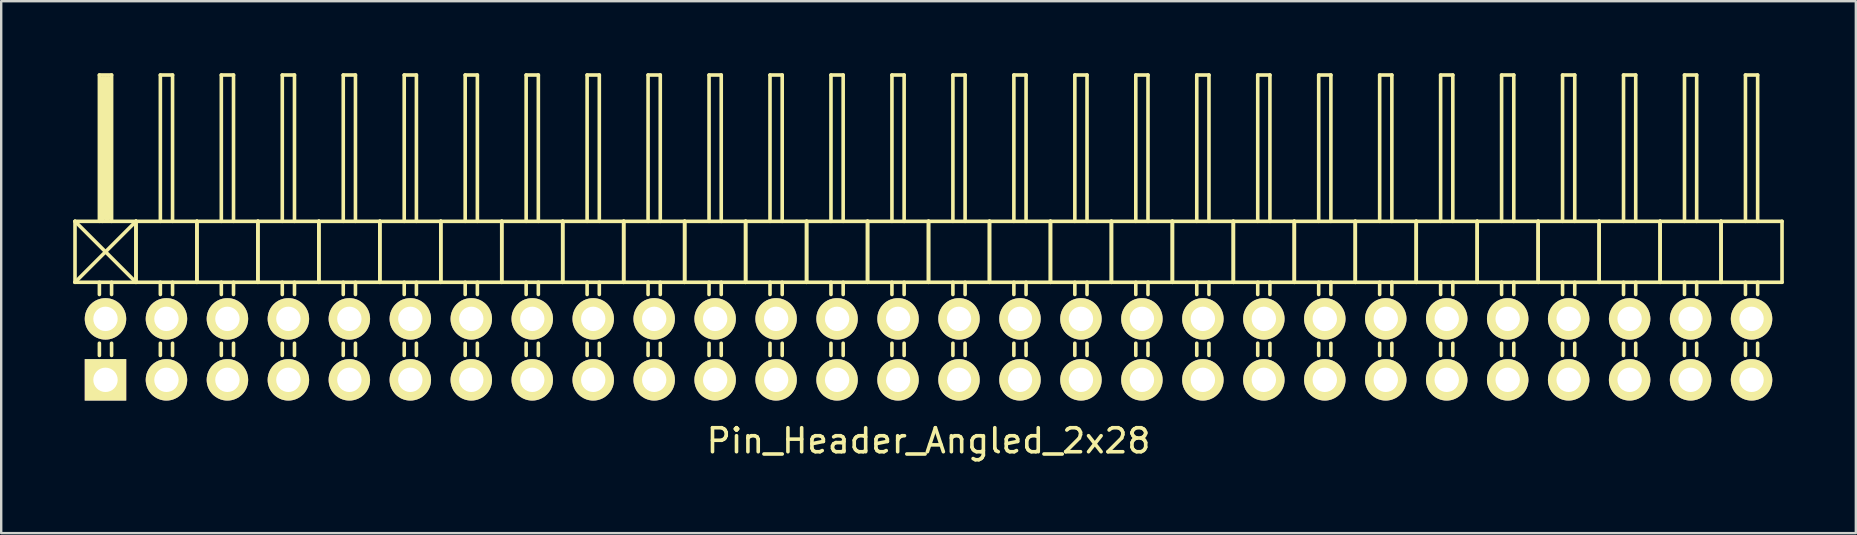
<source format=kicad_pcb>
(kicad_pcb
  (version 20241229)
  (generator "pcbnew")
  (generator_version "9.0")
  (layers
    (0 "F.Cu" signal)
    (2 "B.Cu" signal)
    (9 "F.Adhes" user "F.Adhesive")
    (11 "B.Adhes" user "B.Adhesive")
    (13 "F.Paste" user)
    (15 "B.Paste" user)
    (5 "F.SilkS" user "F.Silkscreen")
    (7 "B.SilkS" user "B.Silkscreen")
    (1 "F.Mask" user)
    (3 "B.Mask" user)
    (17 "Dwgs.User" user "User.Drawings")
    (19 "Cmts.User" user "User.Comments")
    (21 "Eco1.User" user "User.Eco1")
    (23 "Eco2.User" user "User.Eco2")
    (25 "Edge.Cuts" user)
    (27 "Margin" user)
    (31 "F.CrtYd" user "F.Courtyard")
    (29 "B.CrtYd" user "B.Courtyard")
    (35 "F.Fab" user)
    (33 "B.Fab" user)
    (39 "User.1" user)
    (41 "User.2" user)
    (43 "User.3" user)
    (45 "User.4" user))
  (footprint "Pin_Header_Angled_2x28"
    (layer "F.Cu")
    (at 35.635 11.505)
    (property "Reference" "Pin_Header_Angled_2x28" (at 0 3.81 0) (layer "F.SilkS") (effects (font (size 1 1) (thickness 0.15))))
    (attr through_hole)
    (fp_line (start -35.56 -5.334) (end -33.02 -2.794) (stroke (width 0.15) (type solid)) (layer "F.SilkS"))
    (fp_line (start -35.56 -2.794) (end -35.56 -5.334) (stroke (width 0.15) (type solid)) (layer "F.SilkS"))
    (fp_line (start -35.56 -2.794) (end -33.02 -5.334) (stroke (width 0.15) (type solid)) (layer "F.SilkS"))
    (fp_line (start -35.56 -2.794) (end -33.02 -2.794) (stroke (width 0.15) (type solid)) (layer "F.SilkS"))
    (fp_line (start -34.544 -11.43) (end -34.036 -11.43) (stroke (width 0.15) (type solid)) (layer "F.SilkS"))
    (fp_line (start -34.544 -5.334) (end -34.544 -11.43) (stroke (width 0.15) (type solid)) (layer "F.SilkS"))
    (fp_line (start -34.544 -2.794) (end -34.544 -2.286) (stroke (width 0.15) (type solid)) (layer "F.SilkS"))
    (fp_line (start -34.544 -0.254) (end -34.544 0.254) (stroke (width 0.15) (type solid)) (layer "F.SilkS"))
    (fp_line (start -34.417 -11.303) (end -34.163 -11.303) (stroke (width 0.15) (type solid)) (layer "F.SilkS"))
    (fp_line (start -34.417 -5.334) (end -34.417 -11.303) (stroke (width 0.15) (type solid)) (layer "F.SilkS"))
    (fp_line (start -34.29 -5.461) (end -34.29 -11.303) (stroke (width 0.15) (type solid)) (layer "F.SilkS"))
    (fp_line (start -34.163 -11.303) (end -34.163 -5.461) (stroke (width 0.15) (type solid)) (layer "F.SilkS"))
    (fp_line (start -34.163 -5.461) (end -34.29 -5.461) (stroke (width 0.15) (type solid)) (layer "F.SilkS"))
    (fp_line (start -34.036 -11.43) (end -34.036 -5.334) (stroke (width 0.15) (type solid)) (layer "F.SilkS"))
    (fp_line (start -34.036 -2.794) (end -34.036 -2.286) (stroke (width 0.15) (type solid)) (layer "F.SilkS"))
    (fp_line (start -34.036 -0.254) (end -34.036 0.254) (stroke (width 0.15) (type solid)) (layer "F.SilkS"))
    (fp_line (start -33.02 -5.334) (end -35.56 -5.334) (stroke (width 0.15) (type solid)) (layer "F.SilkS"))
    (fp_line (start -33.02 -2.794) (end -33.02 -5.334) (stroke (width 0.15) (type solid)) (layer "F.SilkS"))
    (fp_line (start -33.02 -2.794) (end -33.02 -5.334) (stroke (width 0.15) (type solid)) (layer "F.SilkS"))
    (fp_line (start -33.02 -2.794) (end -30.48 -2.794) (stroke (width 0.15) (type solid)) (layer "F.SilkS"))
    (fp_line (start -32.004 -11.43) (end -31.496 -11.43) (stroke (width 0.15) (type solid)) (layer "F.SilkS"))
    (fp_line (start -32.004 -5.334) (end -32.004 -11.43) (stroke (width 0.15) (type solid)) (layer "F.SilkS"))
    (fp_line (start -32.004 -2.794) (end -32.004 -2.286) (stroke (width 0.15) (type solid)) (layer "F.SilkS"))
    (fp_line (start -32.004 -0.254) (end -32.004 0.254) (stroke (width 0.15) (type solid)) (layer "F.SilkS"))
    (fp_line (start -31.496 -11.43) (end -31.496 -5.334) (stroke (width 0.15) (type solid)) (layer "F.SilkS"))
    (fp_line (start -31.496 -2.794) (end -31.496 -2.286) (stroke (width 0.15) (type solid)) (layer "F.SilkS"))
    (fp_line (start -31.496 -0.254) (end -31.496 0.254) (stroke (width 0.15) (type solid)) (layer "F.SilkS"))
    (fp_line (start -30.48 -5.334) (end -33.02 -5.334) (stroke (width 0.15) (type solid)) (layer "F.SilkS"))
    (fp_line (start -30.48 -2.794) (end -30.48 -5.334) (stroke (width 0.15) (type solid)) (layer "F.SilkS"))
    (fp_line (start -30.48 -2.794) (end -30.48 -5.334) (stroke (width 0.15) (type solid)) (layer "F.SilkS"))
    (fp_line (start -30.48 -2.794) (end -27.94 -2.794) (stroke (width 0.15) (type solid)) (layer "F.SilkS"))
    (fp_line (start -29.464 -11.43) (end -28.956 -11.43) (stroke (width 0.15) (type solid)) (layer "F.SilkS"))
    (fp_line (start -29.464 -5.334) (end -29.464 -11.43) (stroke (width 0.15) (type solid)) (layer "F.SilkS"))
    (fp_line (start -29.464 -2.794) (end -29.464 -2.286) (stroke (width 0.15) (type solid)) (layer "F.SilkS"))
    (fp_line (start -29.464 -0.254) (end -29.464 0.254) (stroke (width 0.15) (type solid)) (layer "F.SilkS"))
    (fp_line (start -28.956 -11.43) (end -28.956 -5.334) (stroke (width 0.15) (type solid)) (layer "F.SilkS"))
    (fp_line (start -28.956 -2.794) (end -28.956 -2.286) (stroke (width 0.15) (type solid)) (layer "F.SilkS"))
    (fp_line (start -28.956 -0.254) (end -28.956 0.254) (stroke (width 0.15) (type solid)) (layer "F.SilkS"))
    (fp_line (start -27.94 -5.334) (end -30.48 -5.334) (stroke (width 0.15) (type solid)) (layer "F.SilkS"))
    (fp_line (start -27.94 -2.794) (end -27.94 -5.334) (stroke (width 0.15) (type solid)) (layer "F.SilkS"))
    (fp_line (start -27.94 -2.794) (end -27.94 -5.334) (stroke (width 0.15) (type solid)) (layer "F.SilkS"))
    (fp_line (start -27.94 -2.794) (end -25.4 -2.794) (stroke (width 0.15) (type solid)) (layer "F.SilkS"))
    (fp_line (start -26.924 -11.43) (end -26.416 -11.43) (stroke (width 0.15) (type solid)) (layer "F.SilkS"))
    (fp_line (start -26.924 -5.334) (end -26.924 -11.43) (stroke (width 0.15) (type solid)) (layer "F.SilkS"))
    (fp_line (start -26.924 -2.794) (end -26.924 -2.286) (stroke (width 0.15) (type solid)) (layer "F.SilkS"))
    (fp_line (start -26.924 -0.254) (end -26.924 0.254) (stroke (width 0.15) (type solid)) (layer "F.SilkS"))
    (fp_line (start -26.416 -11.43) (end -26.416 -5.334) (stroke (width 0.15) (type solid)) (layer "F.SilkS"))
    (fp_line (start -26.416 -2.794) (end -26.416 -2.286) (stroke (width 0.15) (type solid)) (layer "F.SilkS"))
    (fp_line (start -26.416 -0.254) (end -26.416 0.254) (stroke (width 0.15) (type solid)) (layer "F.SilkS"))
    (fp_line (start -25.4 -5.334) (end -27.94 -5.334) (stroke (width 0.15) (type solid)) (layer "F.SilkS"))
    (fp_line (start -25.4 -2.794) (end -25.4 -5.334) (stroke (width 0.15) (type solid)) (layer "F.SilkS"))
    (fp_line (start -25.4 -2.794) (end -25.4 -5.334) (stroke (width 0.15) (type solid)) (layer "F.SilkS"))
    (fp_line (start -25.4 -2.794) (end -22.86 -2.794) (stroke (width 0.15) (type solid)) (layer "F.SilkS"))
    (fp_line (start -24.384 -11.43) (end -23.876 -11.43) (stroke (width 0.15) (type solid)) (layer "F.SilkS"))
    (fp_line (start -24.384 -5.334) (end -24.384 -11.43) (stroke (width 0.15) (type solid)) (layer "F.SilkS"))
    (fp_line (start -24.384 -2.794) (end -24.384 -2.286) (stroke (width 0.15) (type solid)) (layer "F.SilkS"))
    (fp_line (start -24.384 -0.254) (end -24.384 0.254) (stroke (width 0.15) (type solid)) (layer "F.SilkS"))
    (fp_line (start -23.876 -11.43) (end -23.876 -5.334) (stroke (width 0.15) (type solid)) (layer "F.SilkS"))
    (fp_line (start -23.876 -2.794) (end -23.876 -2.286) (stroke (width 0.15) (type solid)) (layer "F.SilkS"))
    (fp_line (start -23.876 -0.254) (end -23.876 0.254) (stroke (width 0.15) (type solid)) (layer "F.SilkS"))
    (fp_line (start -22.86 -5.334) (end -25.4 -5.334) (stroke (width 0.15) (type solid)) (layer "F.SilkS"))
    (fp_line (start -22.86 -2.794) (end -22.86 -5.334) (stroke (width 0.15) (type solid)) (layer "F.SilkS"))
    (fp_line (start -22.86 -2.794) (end -22.86 -5.334) (stroke (width 0.15) (type solid)) (layer "F.SilkS"))
    (fp_line (start -22.86 -2.794) (end -20.32 -2.794) (stroke (width 0.15) (type solid)) (layer "F.SilkS"))
    (fp_line (start -21.844 -11.43) (end -21.336 -11.43) (stroke (width 0.15) (type solid)) (layer "F.SilkS"))
    (fp_line (start -21.844 -5.334) (end -21.844 -11.43) (stroke (width 0.15) (type solid)) (layer "F.SilkS"))
    (fp_line (start -21.844 -2.794) (end -21.844 -2.286) (stroke (width 0.15) (type solid)) (layer "F.SilkS"))
    (fp_line (start -21.844 -0.254) (end -21.844 0.254) (stroke (width 0.15) (type solid)) (layer "F.SilkS"))
    (fp_line (start -21.336 -11.43) (end -21.336 -5.334) (stroke (width 0.15) (type solid)) (layer "F.SilkS"))
    (fp_line (start -21.336 -2.794) (end -21.336 -2.286) (stroke (width 0.15) (type solid)) (layer "F.SilkS"))
    (fp_line (start -21.336 -0.254) (end -21.336 0.254) (stroke (width 0.15) (type solid)) (layer "F.SilkS"))
    (fp_line (start -20.32 -5.334) (end -22.86 -5.334) (stroke (width 0.15) (type solid)) (layer "F.SilkS"))
    (fp_line (start -20.32 -2.794) (end -20.32 -5.334) (stroke (width 0.15) (type solid)) (layer "F.SilkS"))
    (fp_line (start -20.32 -2.794) (end -20.32 -5.334) (stroke (width 0.15) (type solid)) (layer "F.SilkS"))
    (fp_line (start -20.32 -2.794) (end -17.78 -2.794) (stroke (width 0.15) (type solid)) (layer "F.SilkS"))
    (fp_line (start -19.304 -11.43) (end -18.796 -11.43) (stroke (width 0.15) (type solid)) (layer "F.SilkS"))
    (fp_line (start -19.304 -5.334) (end -19.304 -11.43) (stroke (width 0.15) (type solid)) (layer "F.SilkS"))
    (fp_line (start -19.304 -2.794) (end -19.304 -2.286) (stroke (width 0.15) (type solid)) (layer "F.SilkS"))
    (fp_line (start -19.304 -0.254) (end -19.304 0.254) (stroke (width 0.15) (type solid)) (layer "F.SilkS"))
    (fp_line (start -18.796 -11.43) (end -18.796 -5.334) (stroke (width 0.15) (type solid)) (layer "F.SilkS"))
    (fp_line (start -18.796 -2.794) (end -18.796 -2.286) (stroke (width 0.15) (type solid)) (layer "F.SilkS"))
    (fp_line (start -18.796 -0.254) (end -18.796 0.254) (stroke (width 0.15) (type solid)) (layer "F.SilkS"))
    (fp_line (start -17.78 -5.334) (end -20.32 -5.334) (stroke (width 0.15) (type solid)) (layer "F.SilkS"))
    (fp_line (start -17.78 -2.794) (end -17.78 -5.334) (stroke (width 0.15) (type solid)) (layer "F.SilkS"))
    (fp_line (start -17.78 -2.794) (end -17.78 -5.334) (stroke (width 0.15) (type solid)) (layer "F.SilkS"))
    (fp_line (start -17.78 -2.794) (end -15.24 -2.794) (stroke (width 0.15) (type solid)) (layer "F.SilkS"))
    (fp_line (start -16.764 -11.43) (end -16.256 -11.43) (stroke (width 0.15) (type solid)) (layer "F.SilkS"))
    (fp_line (start -16.764 -5.334) (end -16.764 -11.43) (stroke (width 0.15) (type solid)) (layer "F.SilkS"))
    (fp_line (start -16.764 -2.794) (end -16.764 -2.286) (stroke (width 0.15) (type solid)) (layer "F.SilkS"))
    (fp_line (start -16.764 -0.254) (end -16.764 0.254) (stroke (width 0.15) (type solid)) (layer "F.SilkS"))
    (fp_line (start -16.256 -11.43) (end -16.256 -5.334) (stroke (width 0.15) (type solid)) (layer "F.SilkS"))
    (fp_line (start -16.256 -2.794) (end -16.256 -2.286) (stroke (width 0.15) (type solid)) (layer "F.SilkS"))
    (fp_line (start -16.256 -0.254) (end -16.256 0.254) (stroke (width 0.15) (type solid)) (layer "F.SilkS"))
    (fp_line (start -15.24 -5.334) (end -17.78 -5.334) (stroke (width 0.15) (type solid)) (layer "F.SilkS"))
    (fp_line (start -15.24 -2.794) (end -15.24 -5.334) (stroke (width 0.15) (type solid)) (layer "F.SilkS"))
    (fp_line (start -15.24 -2.794) (end -15.24 -5.334) (stroke (width 0.15) (type solid)) (layer "F.SilkS"))
    (fp_line (start -15.24 -2.794) (end -12.7 -2.794) (stroke (width 0.15) (type solid)) (layer "F.SilkS"))
    (fp_line (start -14.224 -11.43) (end -13.716 -11.43) (stroke (width 0.15) (type solid)) (layer "F.SilkS"))
    (fp_line (start -14.224 -5.334) (end -14.224 -11.43) (stroke (width 0.15) (type solid)) (layer "F.SilkS"))
    (fp_line (start -14.224 -2.794) (end -14.224 -2.286) (stroke (width 0.15) (type solid)) (layer "F.SilkS"))
    (fp_line (start -14.224 -0.254) (end -14.224 0.254) (stroke (width 0.15) (type solid)) (layer "F.SilkS"))
    (fp_line (start -13.716 -11.43) (end -13.716 -5.334) (stroke (width 0.15) (type solid)) (layer "F.SilkS"))
    (fp_line (start -13.716 -2.794) (end -13.716 -2.286) (stroke (width 0.15) (type solid)) (layer "F.SilkS"))
    (fp_line (start -13.716 -0.254) (end -13.716 0.254) (stroke (width 0.15) (type solid)) (layer "F.SilkS"))
    (fp_line (start -12.7 -5.334) (end -15.24 -5.334) (stroke (width 0.15) (type solid)) (layer "F.SilkS"))
    (fp_line (start -12.7 -2.794) (end -12.7 -5.334) (stroke (width 0.15) (type solid)) (layer "F.SilkS"))
    (fp_line (start -12.7 -2.794) (end -12.7 -5.334) (stroke (width 0.15) (type solid)) (layer "F.SilkS"))
    (fp_line (start -12.7 -2.794) (end -10.16 -2.794) (stroke (width 0.15) (type solid)) (layer "F.SilkS"))
    (fp_line (start -11.684 -11.43) (end -11.176 -11.43) (stroke (width 0.15) (type solid)) (layer "F.SilkS"))
    (fp_line (start -11.684 -5.334) (end -11.684 -11.43) (stroke (width 0.15) (type solid)) (layer "F.SilkS"))
    (fp_line (start -11.684 -2.794) (end -11.684 -2.286) (stroke (width 0.15) (type solid)) (layer "F.SilkS"))
    (fp_line (start -11.684 -0.254) (end -11.684 0.254) (stroke (width 0.15) (type solid)) (layer "F.SilkS"))
    (fp_line (start -11.176 -11.43) (end -11.176 -5.334) (stroke (width 0.15) (type solid)) (layer "F.SilkS"))
    (fp_line (start -11.176 -2.794) (end -11.176 -2.286) (stroke (width 0.15) (type solid)) (layer "F.SilkS"))
    (fp_line (start -11.176 -0.254) (end -11.176 0.254) (stroke (width 0.15) (type solid)) (layer "F.SilkS"))
    (fp_line (start -10.16 -5.334) (end -12.7 -5.334) (stroke (width 0.15) (type solid)) (layer "F.SilkS"))
    (fp_line (start -10.16 -2.794) (end -10.16 -5.334) (stroke (width 0.15) (type solid)) (layer "F.SilkS"))
    (fp_line (start -10.16 -2.794) (end -10.16 -5.334) (stroke (width 0.15) (type solid)) (layer "F.SilkS"))
    (fp_line (start -10.16 -2.794) (end -7.62 -2.794) (stroke (width 0.15) (type solid)) (layer "F.SilkS"))
    (fp_line (start -9.144 -11.43) (end -8.636 -11.43) (stroke (width 0.15) (type solid)) (layer "F.SilkS"))
    (fp_line (start -9.144 -5.334) (end -9.144 -11.43) (stroke (width 0.15) (type solid)) (layer "F.SilkS"))
    (fp_line (start -9.144 -2.794) (end -9.144 -2.286) (stroke (width 0.15) (type solid)) (layer "F.SilkS"))
    (fp_line (start -9.144 -0.254) (end -9.144 0.254) (stroke (width 0.15) (type solid)) (layer "F.SilkS"))
    (fp_line (start -8.636 -11.43) (end -8.636 -5.334) (stroke (width 0.15) (type solid)) (layer "F.SilkS"))
    (fp_line (start -8.636 -2.794) (end -8.636 -2.286) (stroke (width 0.15) (type solid)) (layer "F.SilkS"))
    (fp_line (start -8.636 -0.254) (end -8.636 0.254) (stroke (width 0.15) (type solid)) (layer "F.SilkS"))
    (fp_line (start -7.62 -5.334) (end -10.16 -5.334) (stroke (width 0.15) (type solid)) (layer "F.SilkS"))
    (fp_line (start -7.62 -2.794) (end -7.62 -5.334) (stroke (width 0.15) (type solid)) (layer "F.SilkS"))
    (fp_line (start -7.62 -2.794) (end -7.62 -5.334) (stroke (width 0.15) (type solid)) (layer "F.SilkS"))
    (fp_line (start -7.62 -2.794) (end -5.08 -2.794) (stroke (width 0.15) (type solid)) (layer "F.SilkS"))
    (fp_line (start -6.604 -11.43) (end -6.096 -11.43) (stroke (width 0.15) (type solid)) (layer "F.SilkS"))
    (fp_line (start -6.604 -5.334) (end -6.604 -11.43) (stroke (width 0.15) (type solid)) (layer "F.SilkS"))
    (fp_line (start -6.604 -2.794) (end -6.604 -2.286) (stroke (width 0.15) (type solid)) (layer "F.SilkS"))
    (fp_line (start -6.604 -0.254) (end -6.604 0.254) (stroke (width 0.15) (type solid)) (layer "F.SilkS"))
    (fp_line (start -6.096 -11.43) (end -6.096 -5.334) (stroke (width 0.15) (type solid)) (layer "F.SilkS"))
    (fp_line (start -6.096 -2.794) (end -6.096 -2.286) (stroke (width 0.15) (type solid)) (layer "F.SilkS"))
    (fp_line (start -6.096 -0.254) (end -6.096 0.254) (stroke (width 0.15) (type solid)) (layer "F.SilkS"))
    (fp_line (start -5.08 -5.334) (end -7.62 -5.334) (stroke (width 0.15) (type solid)) (layer "F.SilkS"))
    (fp_line (start -5.08 -2.794) (end -5.08 -5.334) (stroke (width 0.15) (type solid)) (layer "F.SilkS"))
    (fp_line (start -5.08 -2.794) (end -5.08 -5.334) (stroke (width 0.15) (type solid)) (layer "F.SilkS"))
    (fp_line (start -5.08 -2.794) (end -2.54 -2.794) (stroke (width 0.15) (type solid)) (layer "F.SilkS"))
    (fp_line (start -4.064 -11.43) (end -3.556 -11.43) (stroke (width 0.15) (type solid)) (layer "F.SilkS"))
    (fp_line (start -4.064 -5.334) (end -4.064 -11.43) (stroke (width 0.15) (type solid)) (layer "F.SilkS"))
    (fp_line (start -4.064 -2.794) (end -4.064 -2.286) (stroke (width 0.15) (type solid)) (layer "F.SilkS"))
    (fp_line (start -4.064 -0.254) (end -4.064 0.254) (stroke (width 0.15) (type solid)) (layer "F.SilkS"))
    (fp_line (start -3.556 -11.43) (end -3.556 -5.334) (stroke (width 0.15) (type solid)) (layer "F.SilkS"))
    (fp_line (start -3.556 -2.794) (end -3.556 -2.286) (stroke (width 0.15) (type solid)) (layer "F.SilkS"))
    (fp_line (start -3.556 -0.254) (end -3.556 0.254) (stroke (width 0.15) (type solid)) (layer "F.SilkS"))
    (fp_line (start -2.54 -5.334) (end -5.08 -5.334) (stroke (width 0.15) (type solid)) (layer "F.SilkS"))
    (fp_line (start -2.54 -2.794) (end -2.54 -5.334) (stroke (width 0.15) (type solid)) (layer "F.SilkS"))
    (fp_line (start -2.54 -2.794) (end -2.54 -5.334) (stroke (width 0.15) (type solid)) (layer "F.SilkS"))
    (fp_line (start -2.54 -2.794) (end 0 -2.794) (stroke (width 0.15) (type solid)) (layer "F.SilkS"))
    (fp_line (start -1.524 -11.43) (end -1.016 -11.43) (stroke (width 0.15) (type solid)) (layer "F.SilkS"))
    (fp_line (start -1.524 -5.334) (end -1.524 -11.43) (stroke (width 0.15) (type solid)) (layer "F.SilkS"))
    (fp_line (start -1.524 -2.794) (end -1.524 -2.286) (stroke (width 0.15) (type solid)) (layer "F.SilkS"))
    (fp_line (start -1.524 -0.254) (end -1.524 0.254) (stroke (width 0.15) (type solid)) (layer "F.SilkS"))
    (fp_line (start -1.016 -11.43) (end -1.016 -5.334) (stroke (width 0.15) (type solid)) (layer "F.SilkS"))
    (fp_line (start -1.016 -2.794) (end -1.016 -2.286) (stroke (width 0.15) (type solid)) (layer "F.SilkS"))
    (fp_line (start -1.016 -0.254) (end -1.016 0.254) (stroke (width 0.15) (type solid)) (layer "F.SilkS"))
    (fp_line (start 0 -5.334) (end -2.54 -5.334) (stroke (width 0.15) (type solid)) (layer "F.SilkS"))
    (fp_line (start 0 -2.794) (end 0 -5.334) (stroke (width 0.15) (type solid)) (layer "F.SilkS"))
    (fp_line (start 0 -2.794) (end 0 -5.334) (stroke (width 0.15) (type solid)) (layer "F.SilkS"))
    (fp_line (start 0 -2.794) (end 2.54 -2.794) (stroke (width 0.15) (type solid)) (layer "F.SilkS"))
    (fp_line (start 1.016 -11.43) (end 1.524 -11.43) (stroke (width 0.15) (type solid)) (layer "F.SilkS"))
    (fp_line (start 1.016 -5.334) (end 1.016 -11.43) (stroke (width 0.15) (type solid)) (layer "F.SilkS"))
    (fp_line (start 1.016 -2.794) (end 1.016 -2.286) (stroke (width 0.15) (type solid)) (layer "F.SilkS"))
    (fp_line (start 1.016 -0.254) (end 1.016 0.254) (stroke (width 0.15) (type solid)) (layer "F.SilkS"))
    (fp_line (start 1.524 -11.43) (end 1.524 -5.334) (stroke (width 0.15) (type solid)) (layer "F.SilkS"))
    (fp_line (start 1.524 -2.794) (end 1.524 -2.286) (stroke (width 0.15) (type solid)) (layer "F.SilkS"))
    (fp_line (start 1.524 -0.254) (end 1.524 0.254) (stroke (width 0.15) (type solid)) (layer "F.SilkS"))
    (fp_line (start 2.54 -5.334) (end 0 -5.334) (stroke (width 0.15) (type solid)) (layer "F.SilkS"))
    (fp_line (start 2.54 -2.794) (end 2.54 -5.334) (stroke (width 0.15) (type solid)) (layer "F.SilkS"))
    (fp_line (start 2.54 -2.794) (end 2.54 -5.334) (stroke (width 0.15) (type solid)) (layer "F.SilkS"))
    (fp_line (start 2.54 -2.794) (end 5.08 -2.794) (stroke (width 0.15) (type solid)) (layer "F.SilkS"))
    (fp_line (start 3.556 -11.43) (end 4.064 -11.43) (stroke (width 0.15) (type solid)) (layer "F.SilkS"))
    (fp_line (start 3.556 -5.334) (end 3.556 -11.43) (stroke (width 0.15) (type solid)) (layer "F.SilkS"))
    (fp_line (start 3.556 -2.794) (end 3.556 -2.286) (stroke (width 0.15) (type solid)) (layer "F.SilkS"))
    (fp_line (start 3.556 -0.254) (end 3.556 0.254) (stroke (width 0.15) (type solid)) (layer "F.SilkS"))
    (fp_line (start 4.064 -11.43) (end 4.064 -5.334) (stroke (width 0.15) (type solid)) (layer "F.SilkS"))
    (fp_line (start 4.064 -2.794) (end 4.064 -2.286) (stroke (width 0.15) (type solid)) (layer "F.SilkS"))
    (fp_line (start 4.064 -0.254) (end 4.064 0.254) (stroke (width 0.15) (type solid)) (layer "F.SilkS"))
    (fp_line (start 5.08 -5.334) (end 2.54 -5.334) (stroke (width 0.15) (type solid)) (layer "F.SilkS"))
    (fp_line (start 5.08 -2.794) (end 5.08 -5.334) (stroke (width 0.15) (type solid)) (layer "F.SilkS"))
    (fp_line (start 5.08 -2.794) (end 5.08 -5.334) (stroke (width 0.15) (type solid)) (layer "F.SilkS"))
    (fp_line (start 5.08 -2.794) (end 7.62 -2.794) (stroke (width 0.15) (type solid)) (layer "F.SilkS"))
    (fp_line (start 6.096 -11.43) (end 6.604 -11.43) (stroke (width 0.15) (type solid)) (layer "F.SilkS"))
    (fp_line (start 6.096 -5.334) (end 6.096 -11.43) (stroke (width 0.15) (type solid)) (layer "F.SilkS"))
    (fp_line (start 6.096 -2.794) (end 6.096 -2.286) (stroke (width 0.15) (type solid)) (layer "F.SilkS"))
    (fp_line (start 6.096 -0.254) (end 6.096 0.254) (stroke (width 0.15) (type solid)) (layer "F.SilkS"))
    (fp_line (start 6.604 -11.43) (end 6.604 -5.334) (stroke (width 0.15) (type solid)) (layer "F.SilkS"))
    (fp_line (start 6.604 -2.794) (end 6.604 -2.286) (stroke (width 0.15) (type solid)) (layer "F.SilkS"))
    (fp_line (start 6.604 -0.254) (end 6.604 0.254) (stroke (width 0.15) (type solid)) (layer "F.SilkS"))
    (fp_line (start 7.62 -5.334) (end 5.08 -5.334) (stroke (width 0.15) (type solid)) (layer "F.SilkS"))
    (fp_line (start 7.62 -2.794) (end 7.62 -5.334) (stroke (width 0.15) (type solid)) (layer "F.SilkS"))
    (fp_line (start 7.62 -2.794) (end 7.62 -5.334) (stroke (width 0.15) (type solid)) (layer "F.SilkS"))
    (fp_line (start 7.62 -2.794) (end 10.16 -2.794) (stroke (width 0.15) (type solid)) (layer "F.SilkS"))
    (fp_line (start 8.636 -11.43) (end 9.144 -11.43) (stroke (width 0.15) (type solid)) (layer "F.SilkS"))
    (fp_line (start 8.636 -5.334) (end 8.636 -11.43) (stroke (width 0.15) (type solid)) (layer "F.SilkS"))
    (fp_line (start 8.636 -2.794) (end 8.636 -2.286) (stroke (width 0.15) (type solid)) (layer "F.SilkS"))
    (fp_line (start 8.636 -0.254) (end 8.636 0.254) (stroke (width 0.15) (type solid)) (layer "F.SilkS"))
    (fp_line (start 9.144 -11.43) (end 9.144 -5.334) (stroke (width 0.15) (type solid)) (layer "F.SilkS"))
    (fp_line (start 9.144 -2.794) (end 9.144 -2.286) (stroke (width 0.15) (type solid)) (layer "F.SilkS"))
    (fp_line (start 9.144 -0.254) (end 9.144 0.254) (stroke (width 0.15) (type solid)) (layer "F.SilkS"))
    (fp_line (start 10.16 -5.334) (end 7.62 -5.334) (stroke (width 0.15) (type solid)) (layer "F.SilkS"))
    (fp_line (start 10.16 -2.794) (end 10.16 -5.334) (stroke (width 0.15) (type solid)) (layer "F.SilkS"))
    (fp_line (start 10.16 -2.794) (end 10.16 -5.334) (stroke (width 0.15) (type solid)) (layer "F.SilkS"))
    (fp_line (start 10.16 -2.794) (end 12.7 -2.794) (stroke (width 0.15) (type solid)) (layer "F.SilkS"))
    (fp_line (start 11.176 -11.43) (end 11.684 -11.43) (stroke (width 0.15) (type solid)) (layer "F.SilkS"))
    (fp_line (start 11.176 -5.334) (end 11.176 -11.43) (stroke (width 0.15) (type solid)) (layer "F.SilkS"))
    (fp_line (start 11.176 -2.794) (end 11.176 -2.286) (stroke (width 0.15) (type solid)) (layer "F.SilkS"))
    (fp_line (start 11.176 -0.254) (end 11.176 0.254) (stroke (width 0.15) (type solid)) (layer "F.SilkS"))
    (fp_line (start 11.684 -11.43) (end 11.684 -5.334) (stroke (width 0.15) (type solid)) (layer "F.SilkS"))
    (fp_line (start 11.684 -2.794) (end 11.684 -2.286) (stroke (width 0.15) (type solid)) (layer "F.SilkS"))
    (fp_line (start 11.684 -0.254) (end 11.684 0.254) (stroke (width 0.15) (type solid)) (layer "F.SilkS"))
    (fp_line (start 12.7 -5.334) (end 10.16 -5.334) (stroke (width 0.15) (type solid)) (layer "F.SilkS"))
    (fp_line (start 12.7 -2.794) (end 12.7 -5.334) (stroke (width 0.15) (type solid)) (layer "F.SilkS"))
    (fp_line (start 12.7 -2.794) (end 12.7 -5.334) (stroke (width 0.15) (type solid)) (layer "F.SilkS"))
    (fp_line (start 12.7 -2.794) (end 15.24 -2.794) (stroke (width 0.15) (type solid)) (layer "F.SilkS"))
    (fp_line (start 13.716 -11.43) (end 14.224 -11.43) (stroke (width 0.15) (type solid)) (layer "F.SilkS"))
    (fp_line (start 13.716 -5.334) (end 13.716 -11.43) (stroke (width 0.15) (type solid)) (layer "F.SilkS"))
    (fp_line (start 13.716 -2.794) (end 13.716 -2.286) (stroke (width 0.15) (type solid)) (layer "F.SilkS"))
    (fp_line (start 13.716 -0.254) (end 13.716 0.254) (stroke (width 0.15) (type solid)) (layer "F.SilkS"))
    (fp_line (start 14.224 -11.43) (end 14.224 -5.334) (stroke (width 0.15) (type solid)) (layer "F.SilkS"))
    (fp_line (start 14.224 -2.794) (end 14.224 -2.286) (stroke (width 0.15) (type solid)) (layer "F.SilkS"))
    (fp_line (start 14.224 -0.254) (end 14.224 0.254) (stroke (width 0.15) (type solid)) (layer "F.SilkS"))
    (fp_line (start 15.24 -5.334) (end 12.7 -5.334) (stroke (width 0.15) (type solid)) (layer "F.SilkS"))
    (fp_line (start 15.24 -2.794) (end 15.24 -5.334) (stroke (width 0.15) (type solid)) (layer "F.SilkS"))
    (fp_line (start 15.24 -2.794) (end 15.24 -5.334) (stroke (width 0.15) (type solid)) (layer "F.SilkS"))
    (fp_line (start 15.24 -2.794) (end 17.78 -2.794) (stroke (width 0.15) (type solid)) (layer "F.SilkS"))
    (fp_line (start 16.256 -11.43) (end 16.764 -11.43) (stroke (width 0.15) (type solid)) (layer "F.SilkS"))
    (fp_line (start 16.256 -5.334) (end 16.256 -11.43) (stroke (width 0.15) (type solid)) (layer "F.SilkS"))
    (fp_line (start 16.256 -2.794) (end 16.256 -2.286) (stroke (width 0.15) (type solid)) (layer "F.SilkS"))
    (fp_line (start 16.256 -0.254) (end 16.256 0.254) (stroke (width 0.15) (type solid)) (layer "F.SilkS"))
    (fp_line (start 16.764 -11.43) (end 16.764 -5.334) (stroke (width 0.15) (type solid)) (layer "F.SilkS"))
    (fp_line (start 16.764 -2.794) (end 16.764 -2.286) (stroke (width 0.15) (type solid)) (layer "F.SilkS"))
    (fp_line (start 16.764 -0.254) (end 16.764 0.254) (stroke (width 0.15) (type solid)) (layer "F.SilkS"))
    (fp_line (start 17.78 -5.334) (end 15.24 -5.334) (stroke (width 0.15) (type solid)) (layer "F.SilkS"))
    (fp_line (start 17.78 -2.794) (end 17.78 -5.334) (stroke (width 0.15) (type solid)) (layer "F.SilkS"))
    (fp_line (start 17.78 -2.794) (end 17.78 -5.334) (stroke (width 0.15) (type solid)) (layer "F.SilkS"))
    (fp_line (start 17.78 -2.794) (end 20.32 -2.794) (stroke (width 0.15) (type solid)) (layer "F.SilkS"))
    (fp_line (start 18.796 -11.43) (end 19.304 -11.43) (stroke (width 0.15) (type solid)) (layer "F.SilkS"))
    (fp_line (start 18.796 -5.334) (end 18.796 -11.43) (stroke (width 0.15) (type solid)) (layer "F.SilkS"))
    (fp_line (start 18.796 -2.794) (end 18.796 -2.286) (stroke (width 0.15) (type solid)) (layer "F.SilkS"))
    (fp_line (start 18.796 -0.254) (end 18.796 0.254) (stroke (width 0.15) (type solid)) (layer "F.SilkS"))
    (fp_line (start 19.304 -11.43) (end 19.304 -5.334) (stroke (width 0.15) (type solid)) (layer "F.SilkS"))
    (fp_line (start 19.304 -2.794) (end 19.304 -2.286) (stroke (width 0.15) (type solid)) (layer "F.SilkS"))
    (fp_line (start 19.304 -0.254) (end 19.304 0.254) (stroke (width 0.15) (type solid)) (layer "F.SilkS"))
    (fp_line (start 20.32 -5.334) (end 17.78 -5.334) (stroke (width 0.15) (type solid)) (layer "F.SilkS"))
    (fp_line (start 20.32 -2.794) (end 20.32 -5.334) (stroke (width 0.15) (type solid)) (layer "F.SilkS"))
    (fp_line (start 20.32 -2.794) (end 20.32 -5.334) (stroke (width 0.15) (type solid)) (layer "F.SilkS"))
    (fp_line (start 20.32 -2.794) (end 22.86 -2.794) (stroke (width 0.15) (type solid)) (layer "F.SilkS"))
    (fp_line (start 21.336 -11.43) (end 21.844 -11.43) (stroke (width 0.15) (type solid)) (layer "F.SilkS"))
    (fp_line (start 21.336 -5.334) (end 21.336 -11.43) (stroke (width 0.15) (type solid)) (layer "F.SilkS"))
    (fp_line (start 21.336 -2.794) (end 21.336 -2.286) (stroke (width 0.15) (type solid)) (layer "F.SilkS"))
    (fp_line (start 21.336 -0.254) (end 21.336 0.254) (stroke (width 0.15) (type solid)) (layer "F.SilkS"))
    (fp_line (start 21.844 -11.43) (end 21.844 -5.334) (stroke (width 0.15) (type solid)) (layer "F.SilkS"))
    (fp_line (start 21.844 -2.794) (end 21.844 -2.286) (stroke (width 0.15) (type solid)) (layer "F.SilkS"))
    (fp_line (start 21.844 -0.254) (end 21.844 0.254) (stroke (width 0.15) (type solid)) (layer "F.SilkS"))
    (fp_line (start 22.86 -5.334) (end 20.32 -5.334) (stroke (width 0.15) (type solid)) (layer "F.SilkS"))
    (fp_line (start 22.86 -2.794) (end 22.86 -5.334) (stroke (width 0.15) (type solid)) (layer "F.SilkS"))
    (fp_line (start 22.86 -2.794) (end 22.86 -5.334) (stroke (width 0.15) (type solid)) (layer "F.SilkS"))
    (fp_line (start 22.86 -2.794) (end 25.4 -2.794) (stroke (width 0.15) (type solid)) (layer "F.SilkS"))
    (fp_line (start 23.876 -11.43) (end 24.384 -11.43) (stroke (width 0.15) (type solid)) (layer "F.SilkS"))
    (fp_line (start 23.876 -5.334) (end 23.876 -11.43) (stroke (width 0.15) (type solid)) (layer "F.SilkS"))
    (fp_line (start 23.876 -2.794) (end 23.876 -2.286) (stroke (width 0.15) (type solid)) (layer "F.SilkS"))
    (fp_line (start 23.876 -0.254) (end 23.876 0.254) (stroke (width 0.15) (type solid)) (layer "F.SilkS"))
    (fp_line (start 24.384 -11.43) (end 24.384 -5.334) (stroke (width 0.15) (type solid)) (layer "F.SilkS"))
    (fp_line (start 24.384 -2.794) (end 24.384 -2.286) (stroke (width 0.15) (type solid)) (layer "F.SilkS"))
    (fp_line (start 24.384 -0.254) (end 24.384 0.254) (stroke (width 0.15) (type solid)) (layer "F.SilkS"))
    (fp_line (start 25.4 -5.334) (end 22.86 -5.334) (stroke (width 0.15) (type solid)) (layer "F.SilkS"))
    (fp_line (start 25.4 -2.794) (end 25.4 -5.334) (stroke (width 0.15) (type solid)) (layer "F.SilkS"))
    (fp_line (start 25.4 -2.794) (end 25.4 -5.334) (stroke (width 0.15) (type solid)) (layer "F.SilkS"))
    (fp_line (start 25.4 -2.794) (end 27.94 -2.794) (stroke (width 0.15) (type solid)) (layer "F.SilkS"))
    (fp_line (start 26.416 -11.43) (end 26.924 -11.43) (stroke (width 0.15) (type solid)) (layer "F.SilkS"))
    (fp_line (start 26.416 -5.334) (end 26.416 -11.43) (stroke (width 0.15) (type solid)) (layer "F.SilkS"))
    (fp_line (start 26.416 -2.794) (end 26.416 -2.286) (stroke (width 0.15) (type solid)) (layer "F.SilkS"))
    (fp_line (start 26.416 -0.254) (end 26.416 0.254) (stroke (width 0.15) (type solid)) (layer "F.SilkS"))
    (fp_line (start 26.924 -11.43) (end 26.924 -5.334) (stroke (width 0.15) (type solid)) (layer "F.SilkS"))
    (fp_line (start 26.924 -2.794) (end 26.924 -2.286) (stroke (width 0.15) (type solid)) (layer "F.SilkS"))
    (fp_line (start 26.924 -0.254) (end 26.924 0.254) (stroke (width 0.15) (type solid)) (layer "F.SilkS"))
    (fp_line (start 27.94 -5.334) (end 25.4 -5.334) (stroke (width 0.15) (type solid)) (layer "F.SilkS"))
    (fp_line (start 27.94 -2.794) (end 27.94 -5.334) (stroke (width 0.15) (type solid)) (layer "F.SilkS"))
    (fp_line (start 27.94 -2.794) (end 27.94 -5.334) (stroke (width 0.15) (type solid)) (layer "F.SilkS"))
    (fp_line (start 27.94 -2.794) (end 30.48 -2.794) (stroke (width 0.15) (type solid)) (layer "F.SilkS"))
    (fp_line (start 28.956 -11.43) (end 29.464 -11.43) (stroke (width 0.15) (type solid)) (layer "F.SilkS"))
    (fp_line (start 28.956 -5.334) (end 28.956 -11.43) (stroke (width 0.15) (type solid)) (layer "F.SilkS"))
    (fp_line (start 28.956 -2.794) (end 28.956 -2.286) (stroke (width 0.15) (type solid)) (layer "F.SilkS"))
    (fp_line (start 28.956 -0.254) (end 28.956 0.254) (stroke (width 0.15) (type solid)) (layer "F.SilkS"))
    (fp_line (start 29.464 -11.43) (end 29.464 -5.334) (stroke (width 0.15) (type solid)) (layer "F.SilkS"))
    (fp_line (start 29.464 -2.794) (end 29.464 -2.286) (stroke (width 0.15) (type solid)) (layer "F.SilkS"))
    (fp_line (start 29.464 -0.254) (end 29.464 0.254) (stroke (width 0.15) (type solid)) (layer "F.SilkS"))
    (fp_line (start 30.48 -5.334) (end 27.94 -5.334) (stroke (width 0.15) (type solid)) (layer "F.SilkS"))
    (fp_line (start 30.48 -2.794) (end 30.48 -5.334) (stroke (width 0.15) (type solid)) (layer "F.SilkS"))
    (fp_line (start 30.48 -2.794) (end 30.48 -5.334) (stroke (width 0.15) (type solid)) (layer "F.SilkS"))
    (fp_line (start 30.48 -2.794) (end 33.02 -2.794) (stroke (width 0.15) (type solid)) (layer "F.SilkS"))
    (fp_line (start 31.496 -11.43) (end 32.004 -11.43) (stroke (width 0.15) (type solid)) (layer "F.SilkS"))
    (fp_line (start 31.496 -5.334) (end 31.496 -11.43) (stroke (width 0.15) (type solid)) (layer "F.SilkS"))
    (fp_line (start 31.496 -2.794) (end 31.496 -2.286) (stroke (width 0.15) (type solid)) (layer "F.SilkS"))
    (fp_line (start 31.496 -0.254) (end 31.496 0.254) (stroke (width 0.15) (type solid)) (layer "F.SilkS"))
    (fp_line (start 32.004 -11.43) (end 32.004 -5.334) (stroke (width 0.15) (type solid)) (layer "F.SilkS"))
    (fp_line (start 32.004 -2.794) (end 32.004 -2.286) (stroke (width 0.15) (type solid)) (layer "F.SilkS"))
    (fp_line (start 32.004 -0.254) (end 32.004 0.254) (stroke (width 0.15) (type solid)) (layer "F.SilkS"))
    (fp_line (start 33.02 -5.334) (end 30.48 -5.334) (stroke (width 0.15) (type solid)) (layer "F.SilkS"))
    (fp_line (start 33.02 -2.794) (end 33.02 -5.334) (stroke (width 0.15) (type solid)) (layer "F.SilkS"))
    (fp_line (start 33.02 -2.794) (end 33.02 -5.334) (stroke (width 0.15) (type solid)) (layer "F.SilkS"))
    (fp_line (start 33.02 -2.794) (end 35.56 -2.794) (stroke (width 0.15) (type solid)) (layer "F.SilkS"))
    (fp_line (start 34.036 -11.43) (end 34.544 -11.43) (stroke (width 0.15) (type solid)) (layer "F.SilkS"))
    (fp_line (start 34.036 -5.334) (end 34.036 -11.43) (stroke (width 0.15) (type solid)) (layer "F.SilkS"))
    (fp_line (start 34.036 -2.794) (end 34.036 -2.286) (stroke (width 0.15) (type solid)) (layer "F.SilkS"))
    (fp_line (start 34.036 -0.254) (end 34.036 0.254) (stroke (width 0.15) (type solid)) (layer "F.SilkS"))
    (fp_line (start 34.544 -11.43) (end 34.544 -5.334) (stroke (width 0.15) (type solid)) (layer "F.SilkS"))
    (fp_line (start 34.544 -2.794) (end 34.544 -2.286) (stroke (width 0.15) (type solid)) (layer "F.SilkS"))
    (fp_line (start 34.544 -0.254) (end 34.544 0.254) (stroke (width 0.15) (type solid)) (layer "F.SilkS"))
    (fp_line (start 35.56 -5.334) (end 33.02 -5.334) (stroke (width 0.15) (type solid)) (layer "F.SilkS"))
    (fp_line (start 35.56 -2.794) (end 35.56 -5.334) (stroke (width 0.15) (type solid)) (layer "F.SilkS"))
    (pad "1" thru_hole rect (at -34.29 1.27) (size 1.727 1.727) (drill 1.016) (layers "*.Cu" "*.Mask" "F.SilkS"))
    (pad "2" thru_hole oval (at -34.29 -1.27) (size 1.727 1.727) (drill 1.016) (layers "*.Cu" "*.Mask" "F.SilkS"))
    (pad "3" thru_hole oval (at -31.75 1.27) (size 1.727 1.727) (drill 1.016) (layers "*.Cu" "*.Mask" "F.SilkS"))
    (pad "4" thru_hole oval (at -31.75 -1.27) (size 1.727 1.727) (drill 1.016) (layers "*.Cu" "*.Mask" "F.SilkS"))
    (pad "5" thru_hole oval (at -29.21 1.27) (size 1.727 1.727) (drill 1.016) (layers "*.Cu" "*.Mask" "F.SilkS"))
    (pad "6" thru_hole oval (at -29.21 -1.27) (size 1.727 1.727) (drill 1.016) (layers "*.Cu" "*.Mask" "F.SilkS"))
    (pad "7" thru_hole oval (at -26.67 1.27) (size 1.727 1.727) (drill 1.016) (layers "*.Cu" "*.Mask" "F.SilkS"))
    (pad "8" thru_hole oval (at -26.67 -1.27) (size 1.727 1.727) (drill 1.016) (layers "*.Cu" "*.Mask" "F.SilkS"))
    (pad "9" thru_hole oval (at -24.13 1.27) (size 1.727 1.727) (drill 1.016) (layers "*.Cu" "*.Mask" "F.SilkS"))
    (pad "10" thru_hole oval (at -24.13 -1.27) (size 1.727 1.727) (drill 1.016) (layers "*.Cu" "*.Mask" "F.SilkS"))
    (pad "11" thru_hole oval (at -21.59 1.27) (size 1.727 1.727) (drill 1.016) (layers "*.Cu" "*.Mask" "F.SilkS"))
    (pad "12" thru_hole oval (at -21.59 -1.27) (size 1.727 1.727) (drill 1.016) (layers "*.Cu" "*.Mask" "F.SilkS"))
    (pad "13" thru_hole oval (at -19.05 1.27) (size 1.727 1.727) (drill 1.016) (layers "*.Cu" "*.Mask" "F.SilkS"))
    (pad "14" thru_hole oval (at -19.05 -1.27) (size 1.727 1.727) (drill 1.016) (layers "*.Cu" "*.Mask" "F.SilkS"))
    (pad "15" thru_hole oval (at -16.51 1.27) (size 1.727 1.727) (drill 1.016) (layers "*.Cu" "*.Mask" "F.SilkS"))
    (pad "16" thru_hole oval (at -16.51 -1.27) (size 1.727 1.727) (drill 1.016) (layers "*.Cu" "*.Mask" "F.SilkS"))
    (pad "17" thru_hole oval (at -13.97 1.27) (size 1.727 1.727) (drill 1.016) (layers "*.Cu" "*.Mask" "F.SilkS"))
    (pad "18" thru_hole oval (at -13.97 -1.27) (size 1.727 1.727) (drill 1.016) (layers "*.Cu" "*.Mask" "F.SilkS"))
    (pad "19" thru_hole oval (at -11.43 1.27) (size 1.727 1.727) (drill 1.016) (layers "*.Cu" "*.Mask" "F.SilkS"))
    (pad "20" thru_hole oval (at -11.43 -1.27) (size 1.727 1.727) (drill 1.016) (layers "*.Cu" "*.Mask" "F.SilkS"))
    (pad "21" thru_hole oval (at -8.89 1.27) (size 1.727 1.727) (drill 1.016) (layers "*.Cu" "*.Mask" "F.SilkS"))
    (pad "22" thru_hole oval (at -8.89 -1.27) (size 1.727 1.727) (drill 1.016) (layers "*.Cu" "*.Mask" "F.SilkS"))
    (pad "23" thru_hole oval (at -6.35 1.27) (size 1.727 1.727) (drill 1.016) (layers "*.Cu" "*.Mask" "F.SilkS"))
    (pad "24" thru_hole oval (at -6.35 -1.27) (size 1.727 1.727) (drill 1.016) (layers "*.Cu" "*.Mask" "F.SilkS"))
    (pad "25" thru_hole oval (at -3.81 1.27) (size 1.727 1.727) (drill 1.016) (layers "*.Cu" "*.Mask" "F.SilkS"))
    (pad "26" thru_hole oval (at -3.81 -1.27) (size 1.727 1.727) (drill 1.016) (layers "*.Cu" "*.Mask" "F.SilkS"))
    (pad "27" thru_hole oval (at -1.27 1.27) (size 1.727 1.727) (drill 1.016) (layers "*.Cu" "*.Mask" "F.SilkS"))
    (pad "28" thru_hole oval (at -1.27 -1.27) (size 1.727 1.727) (drill 1.016) (layers "*.Cu" "*.Mask" "F.SilkS"))
    (pad "29" thru_hole oval (at 1.27 1.27) (size 1.727 1.727) (drill 1.016) (layers "*.Cu" "*.Mask" "F.SilkS"))
    (pad "30" thru_hole oval (at 1.27 -1.27) (size 1.727 1.727) (drill 1.016) (layers "*.Cu" "*.Mask" "F.SilkS"))
    (pad "31" thru_hole oval (at 3.81 1.27) (size 1.727 1.727) (drill 1.016) (layers "*.Cu" "*.Mask" "F.SilkS"))
    (pad "32" thru_hole oval (at 3.81 -1.27) (size 1.727 1.727) (drill 1.016) (layers "*.Cu" "*.Mask" "F.SilkS"))
    (pad "33" thru_hole oval (at 6.35 1.27) (size 1.727 1.727) (drill 1.016) (layers "*.Cu" "*.Mask" "F.SilkS"))
    (pad "34" thru_hole oval (at 6.35 -1.27) (size 1.727 1.727) (drill 1.016) (layers "*.Cu" "*.Mask" "F.SilkS"))
    (pad "35" thru_hole oval (at 8.89 1.27) (size 1.727 1.727) (drill 1.016) (layers "*.Cu" "*.Mask" "F.SilkS"))
    (pad "36" thru_hole oval (at 8.89 -1.27) (size 1.727 1.727) (drill 1.016) (layers "*.Cu" "*.Mask" "F.SilkS"))
    (pad "37" thru_hole oval (at 11.43 1.27) (size 1.727 1.727) (drill 1.016) (layers "*.Cu" "*.Mask" "F.SilkS"))
    (pad "38" thru_hole oval (at 11.43 -1.27) (size 1.727 1.727) (drill 1.016) (layers "*.Cu" "*.Mask" "F.SilkS"))
    (pad "39" thru_hole oval (at 13.97 1.27) (size 1.727 1.727) (drill 1.016) (layers "*.Cu" "*.Mask" "F.SilkS"))
    (pad "40" thru_hole oval (at 13.97 -1.27) (size 1.727 1.727) (drill 1.016) (layers "*.Cu" "*.Mask" "F.SilkS"))
    (pad "41" thru_hole oval (at 16.51 1.27) (size 1.727 1.727) (drill 1.016) (layers "*.Cu" "*.Mask" "F.SilkS"))
    (pad "42" thru_hole oval (at 16.51 -1.27) (size 1.727 1.727) (drill 1.016) (layers "*.Cu" "*.Mask" "F.SilkS"))
    (pad "43" thru_hole oval (at 19.05 1.27) (size 1.727 1.727) (drill 1.016) (layers "*.Cu" "*.Mask" "F.SilkS"))
    (pad "44" thru_hole oval (at 19.05 -1.27) (size 1.727 1.727) (drill 1.016) (layers "*.Cu" "*.Mask" "F.SilkS"))
    (pad "45" thru_hole oval (at 21.59 1.27) (size 1.727 1.727) (drill 1.016) (layers "*.Cu" "*.Mask" "F.SilkS"))
    (pad "46" thru_hole oval (at 21.59 -1.27) (size 1.727 1.727) (drill 1.016) (layers "*.Cu" "*.Mask" "F.SilkS"))
    (pad "47" thru_hole oval (at 24.13 1.27) (size 1.727 1.727) (drill 1.016) (layers "*.Cu" "*.Mask" "F.SilkS"))
    (pad "48" thru_hole oval (at 24.13 -1.27) (size 1.727 1.727) (drill 1.016) (layers "*.Cu" "*.Mask" "F.SilkS"))
    (pad "49" thru_hole oval (at 26.67 1.27) (size 1.727 1.727) (drill 1.016) (layers "*.Cu" "*.Mask" "F.SilkS"))
    (pad "50" thru_hole oval (at 26.67 -1.27) (size 1.727 1.727) (drill 1.016) (layers "*.Cu" "*.Mask" "F.SilkS"))
    (pad "51" thru_hole oval (at 29.21 1.27) (size 1.727 1.727) (drill 1.016) (layers "*.Cu" "*.Mask" "F.SilkS"))
    (pad "52" thru_hole oval (at 29.21 -1.27) (size 1.727 1.727) (drill 1.016) (layers "*.Cu" "*.Mask" "F.SilkS"))
    (pad "53" thru_hole oval (at 31.75 1.27) (size 1.727 1.727) (drill 1.016) (layers "*.Cu" "*.Mask" "F.SilkS"))
    (pad "54" thru_hole oval (at 31.75 -1.27) (size 1.727 1.727) (drill 1.016) (layers "*.Cu" "*.Mask" "F.SilkS"))
    (pad "55" thru_hole oval (at 34.29 1.27) (size 1.727 1.727) (drill 1.016) (layers "*.Cu" "*.Mask" "F.SilkS"))
    (pad "56" thru_hole oval (at 34.29 -1.27) (size 1.727 1.727) (drill 1.016) (layers "*.Cu" "*.Mask" "F.SilkS")))
  (gr_rect
    (start -3 -3)
    (end 74.27 19.163)
    (stroke (width 0.1) (type default))
    (fill no)
    (layer "Edge.Cuts")))
</source>
